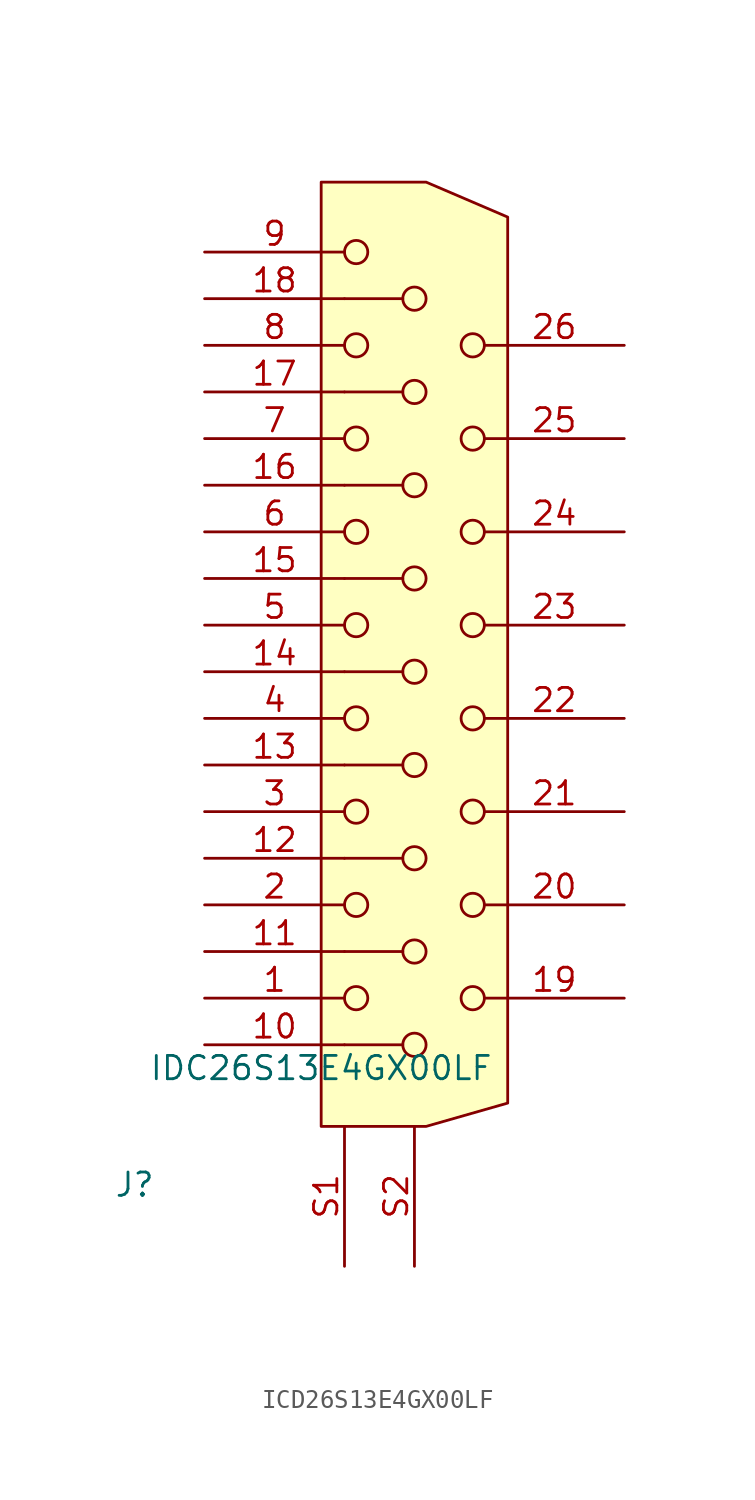
<source format=kicad_sym>
(kicad_symbol_lib
  (version 20241209)
  (generator "kicad_symbol_editor")
  (generator_version "9.0")
  (symbol "ICD26S13E4GX00LF"
    (property "Reference" "J"
      (at -10.16 -1.905 0)
      (effects (font (size 1.27 1.27))))
    (property "Value" "IDC26S13E4GX00LF"
      (at 0 4.445 0)
      (effects (font (size 1.27 1.27))))
    (symbol "ICD26S13E4GX00LF_0_1"
      (polyline (pts (xy 1.27 46.355) (xy 4.445 46.355)) (stroke (width 0) (type default)) (fill (type none)))
      (polyline (pts (xy 1.27 41.275) (xy 4.445 41.275)) (stroke (width 0) (type default)) (fill (type none)))
      (polyline (pts (xy 1.27 36.195) (xy 4.445 36.195)) (stroke (width 0) (type default)) (fill (type none)))
      (polyline (pts (xy 1.27 31.115) (xy 4.445 31.115)) (stroke (width 0) (type default)) (fill (type none)))
      (polyline (pts (xy 1.27 26.035) (xy 4.445 26.035)) (stroke (width 0) (type default)) (fill (type none)))
      (polyline (pts (xy 1.27 20.955) (xy 4.445 20.955)) (stroke (width 0) (type default)) (fill (type none)))
      (polyline (pts (xy 1.27 15.875) (xy 4.445 15.875)) (stroke (width 0) (type default)) (fill (type none)))
      (polyline (pts (xy 1.27 10.795) (xy 4.445 10.795)) (stroke (width 0) (type default)) (fill (type none)))
      (polyline (pts (xy 1.27 5.715) (xy 4.445 5.715)) (stroke (width 0) (type default)) (fill (type none)))
      (circle (center 1.905 48.895) (radius 0.635) (stroke (width 0) (type default)) (fill (type none)))
      (circle (center 1.905 43.815) (radius 0.635) (stroke (width 0) (type default)) (fill (type none)))
      (circle (center 1.905 38.735) (radius 0.635) (stroke (width 0) (type default)) (fill (type none)))
      (circle (center 1.905 33.655) (radius 0.635) (stroke (width 0) (type default)) (fill (type none)))
      (circle (center 1.905 28.575) (radius 0.635) (stroke (width 0) (type default)) (fill (type none)))
      (circle (center 1.905 23.495) (radius 0.635) (stroke (width 0) (type default)) (fill (type none)))
      (circle (center 1.905 18.415) (radius 0.635) (stroke (width 0) (type default)) (fill (type none)))
      (circle (center 1.905 13.335) (radius 0.635) (stroke (width 0) (type default)) (fill (type none)))
      (circle (center 1.905 8.255) (radius 0.635) (stroke (width 0) (type default)) (fill (type none)))
      (circle (center 5.08 46.355) (radius 0.635) (stroke (width 0) (type default)) (fill (type none)))
      (circle (center 5.08 41.275) (radius 0.635) (stroke (width 0) (type default)) (fill (type none)))
      (circle (center 5.08 36.195) (radius 0.635) (stroke (width 0) (type default)) (fill (type none)))
      (circle (center 5.08 31.115) (radius 0.635) (stroke (width 0) (type default)) (fill (type none)))
      (circle (center 5.08 26.035) (radius 0.635) (stroke (width 0) (type default)) (fill (type none)))
      (circle (center 5.08 20.955) (radius 0.635) (stroke (width 0) (type default)) (fill (type none)))
      (circle (center 5.08 15.875) (radius 0.635) (stroke (width 0) (type default)) (fill (type none)))
      (circle (center 5.08 10.795) (radius 0.635) (stroke (width 0) (type default)) (fill (type none)))
      (circle (center 5.08 5.715) (radius 0.635) (stroke (width 0) (type default)) (fill (type none)))
      (circle (center 8.255 43.815) (radius 0.635) (stroke (width 0) (type default)) (fill (type none)))
      (circle (center 8.255 38.735) (radius 0.635) (stroke (width 0) (type default)) (fill (type none)))
      (circle (center 8.255 33.655) (radius 0.635) (stroke (width 0) (type default)) (fill (type none)))
      (circle (center 8.255 28.575) (radius 0.635) (stroke (width 0) (type default)) (fill (type none)))
      (circle (center 8.255 23.495) (radius 0.635) (stroke (width 0) (type default)) (fill (type none)))
      (circle (center 8.255 18.415) (radius 0.635) (stroke (width 0) (type default)) (fill (type none)))
      (circle (center 8.255 13.335) (radius 0.635) (stroke (width 0) (type default)) (fill (type none)))
      (circle (center 8.255 8.255) (radius 0.635) (stroke (width 0) (type default)) (fill (type none))))
    (symbol "ICD26S13E4GX00LF_1_1"
      (polyline (pts (xy 0 52.705) (xy 5.715 52.705) (xy 10.16 50.8) (xy 10.16 2.54) (xy 5.715 1.27) (xy 0 1.27) (xy 0 52.705)) (stroke (width 0) (type default)) (fill (type background)))
      (pin passive line (at -6.35 48.895 0) (length 7.62) (name "" (effects (font (size 1.27 1.27)))) (number "9" (effects (font (size 1.27 1.27)))))
      (pin passive line (at -6.35 46.355 0) (length 7.62) (name "" (effects (font (size 1.27 1.27)))) (number "18" (effects (font (size 1.27 1.27)))))
      (pin passive line (at -6.35 43.815 0) (length 7.62) (name "" (effects (font (size 1.27 1.27)))) (number "8" (effects (font (size 1.27 1.27)))))
      (pin passive line (at -6.35 41.275 0) (length 7.62) (name "" (effects (font (size 1.27 1.27)))) (number "17" (effects (font (size 1.27 1.27)))))
      (pin passive line (at -6.35 38.735 0) (length 7.62) (name "" (effects (font (size 1.27 1.27)))) (number "7" (effects (font (size 1.27 1.27)))))
      (pin passive line (at -6.35 36.195 0) (length 7.62) (name "" (effects (font (size 1.27 1.27)))) (number "16" (effects (font (size 1.27 1.27)))))
      (pin passive line (at -6.35 33.655 0) (length 7.62) (name "" (effects (font (size 1.27 1.27)))) (number "6" (effects (font (size 1.27 1.27)))))
      (pin passive line (at -6.35 31.115 0) (length 7.62) (name "" (effects (font (size 1.27 1.27)))) (number "15" (effects (font (size 1.27 1.27)))))
      (pin passive line (at -6.35 28.575 0) (length 7.62) (name "" (effects (font (size 1.27 1.27)))) (number "5" (effects (font (size 1.27 1.27)))))
      (pin passive line (at -6.35 26.035 0) (length 7.62) (name "" (effects (font (size 1.27 1.27)))) (number "14" (effects (font (size 1.27 1.27)))))
      (pin passive line (at -6.35 23.495 0) (length 7.62) (name "" (effects (font (size 1.27 1.27)))) (number "4" (effects (font (size 1.27 1.27)))))
      (pin passive line (at -6.35 20.955 0) (length 7.62) (name "" (effects (font (size 1.27 1.27)))) (number "13" (effects (font (size 1.27 1.27)))))
      (pin passive line (at -6.35 18.415 0) (length 7.62) (name "" (effects (font (size 1.27 1.27)))) (number "3" (effects (font (size 1.27 1.27)))))
      (pin passive line (at -6.35 15.875 0) (length 7.62) (name "" (effects (font (size 1.27 1.27)))) (number "12" (effects (font (size 1.27 1.27)))))
      (pin passive line (at -6.35 13.335 0) (length 7.62) (name "" (effects (font (size 1.27 1.27)))) (number "2" (effects (font (size 1.27 1.27)))))
      (pin passive line (at -6.35 10.795 0) (length 7.62) (name "" (effects (font (size 1.27 1.27)))) (number "11" (effects (font (size 1.27 1.27)))))
      (pin passive line (at -6.35 8.255 0) (length 7.62) (name "" (effects (font (size 1.27 1.27)))) (number "1" (effects (font (size 1.27 1.27)))))
      (pin passive line (at -6.35 5.715 0) (length 7.62) (name "" (effects (font (size 1.27 1.27)))) (number "10" (effects (font (size 1.27 1.27)))))
      (pin passive line (at 1.27 -6.35 90) (length 7.62) (name "" (effects (font (size 1.27 1.27)))) (number "S1" (effects (font (size 1.27 1.27)))))
      (pin passive line (at 5.08 -6.35 90) (length 7.62) (name "" (effects (font (size 1.27 1.27)))) (number "S2" (effects (font (size 1.27 1.27)))))
      (pin passive line (at 16.51 43.815 180) (length 7.62) (name "" (effects (font (size 1.27 1.27)))) (number "26" (effects (font (size 1.27 1.27)))))
      (pin passive line (at 16.51 38.735 180) (length 7.62) (name "" (effects (font (size 1.27 1.27)))) (number "25" (effects (font (size 1.27 1.27)))))
      (pin passive line (at 16.51 33.655 180) (length 7.62) (name "" (effects (font (size 1.27 1.27)))) (number "24" (effects (font (size 1.27 1.27)))))
      (pin passive line (at 16.51 28.575 180) (length 7.62) (name "" (effects (font (size 1.27 1.27)))) (number "23" (effects (font (size 1.27 1.27)))))
      (pin passive line (at 16.51 23.495 180) (length 7.62) (name "" (effects (font (size 1.27 1.27)))) (number "22" (effects (font (size 1.27 1.27)))))
      (pin passive line (at 16.51 18.415 180) (length 7.62) (name "" (effects (font (size 1.27 1.27)))) (number "21" (effects (font (size 1.27 1.27)))))
      (pin passive line (at 16.51 13.335 180) (length 7.62) (name "" (effects (font (size 1.27 1.27)))) (number "20" (effects (font (size 1.27 1.27)))))
      (pin passive line (at 16.51 8.255 180) (length 7.62) (name "" (effects (font (size 1.27 1.27)))) (number "19" (effects (font (size 1.27 1.27))))))))
</source>
